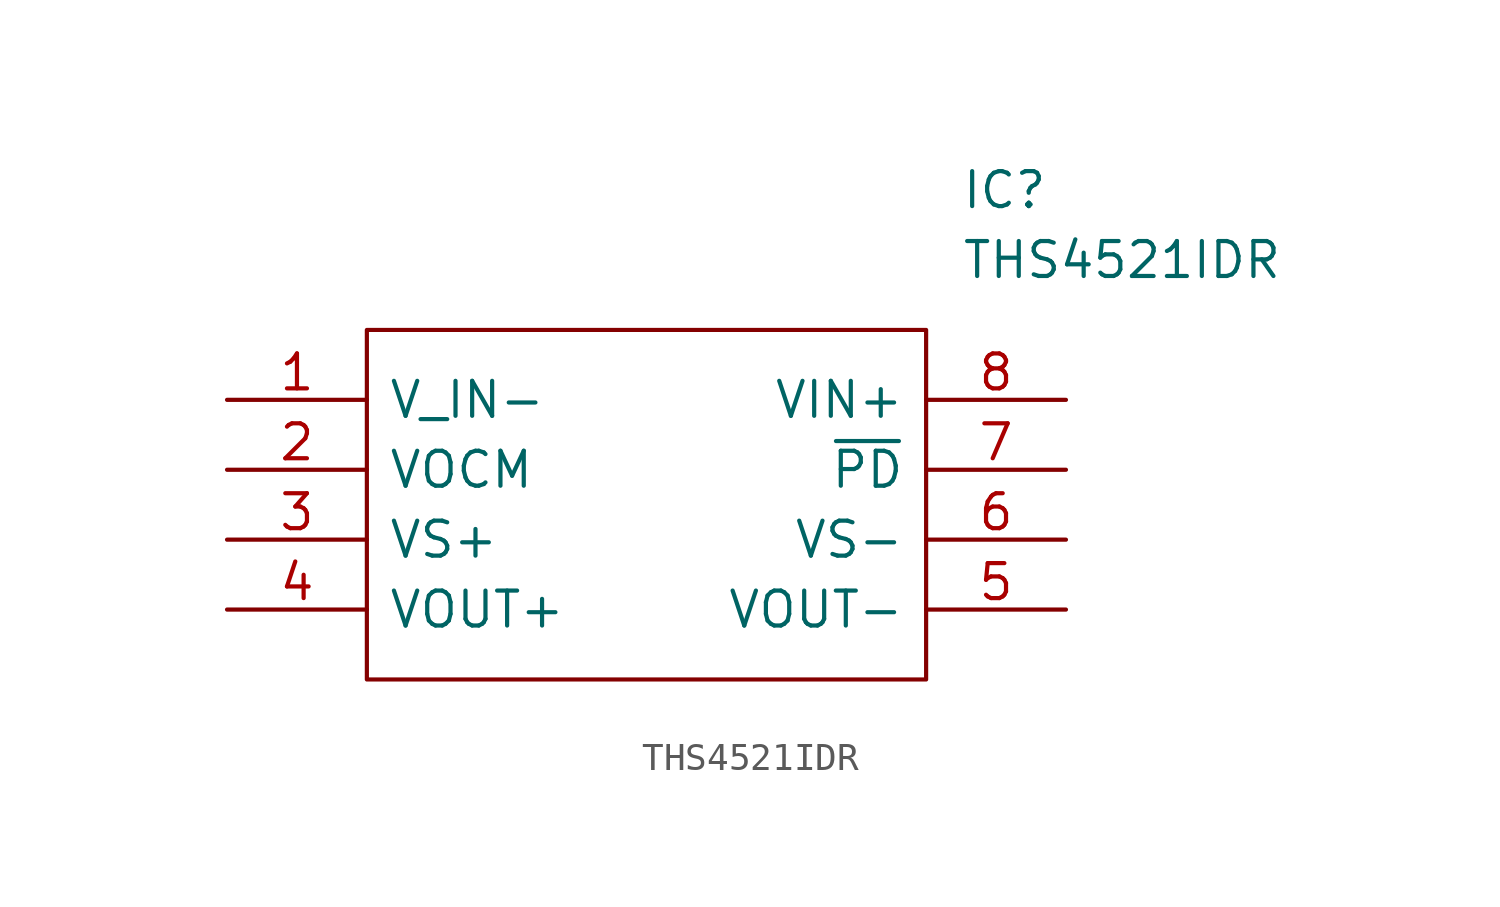
<source format=kicad_sym>
(kicad_symbol_lib
  (version 20211014)
  (generator kicad_symbol_editor)
  (symbol "THS4521IDR"
    (pin_names
      (offset 0.762))
    (property "Reference" "IC"
      (at 26.67 7.62 0)
      (effects (font (size 1.27 1.27)) (justify left)))
    (property "Value" "THS4521IDR"
      (at 26.67 5.08 0)
      (effects (font (size 1.27 1.27)) (justify left)))
    (symbol "THS4521IDR_0_0"
      (pin passive line (at 0 0 0) (length 5.08) (name "V_IN-" (effects (font (size 1.27 1.27)))) (number "1" (effects (font (size 1.27 1.27)))))
      (pin passive line (at 0 -2.54 0) (length 5.08) (name "VOCM" (effects (font (size 1.27 1.27)))) (number "2" (effects (font (size 1.27 1.27)))))
      (pin passive line (at 0 -5.08 0) (length 5.08) (name "VS+" (effects (font (size 1.27 1.27)))) (number "3" (effects (font (size 1.27 1.27)))))
      (pin passive line (at 0 -7.62 0) (length 5.08) (name "VOUT+" (effects (font (size 1.27 1.27)))) (number "4" (effects (font (size 1.27 1.27)))))
      (pin passive line (at 30.48 -7.62 180) (length 5.08) (name "VOUT-" (effects (font (size 1.27 1.27)))) (number "5" (effects (font (size 1.27 1.27)))))
      (pin passive line (at 30.48 -5.08 180) (length 5.08) (name "VS-" (effects (font (size 1.27 1.27)))) (number "6" (effects (font (size 1.27 1.27)))))
      (pin passive line (at 30.48 -2.54 180) (length 5.08) (name "~{PD}" (effects (font (size 1.27 1.27)))) (number "7" (effects (font (size 1.27 1.27)))))
      (pin passive line (at 30.48 0 180) (length 5.08) (name "VIN+" (effects (font (size 1.27 1.27)))) (number "8" (effects (font (size 1.27 1.27))))))
    (symbol "THS4521IDR_0_1"
      (polyline (pts (xy 5.08 2.54) (xy 25.4 2.54) (xy 25.4 -10.16) (xy 5.08 -10.16) (xy 5.08 2.54)) (stroke (width 0.152) (type default) (color 0 0 0 0)) (fill (type none))))))
</source>
